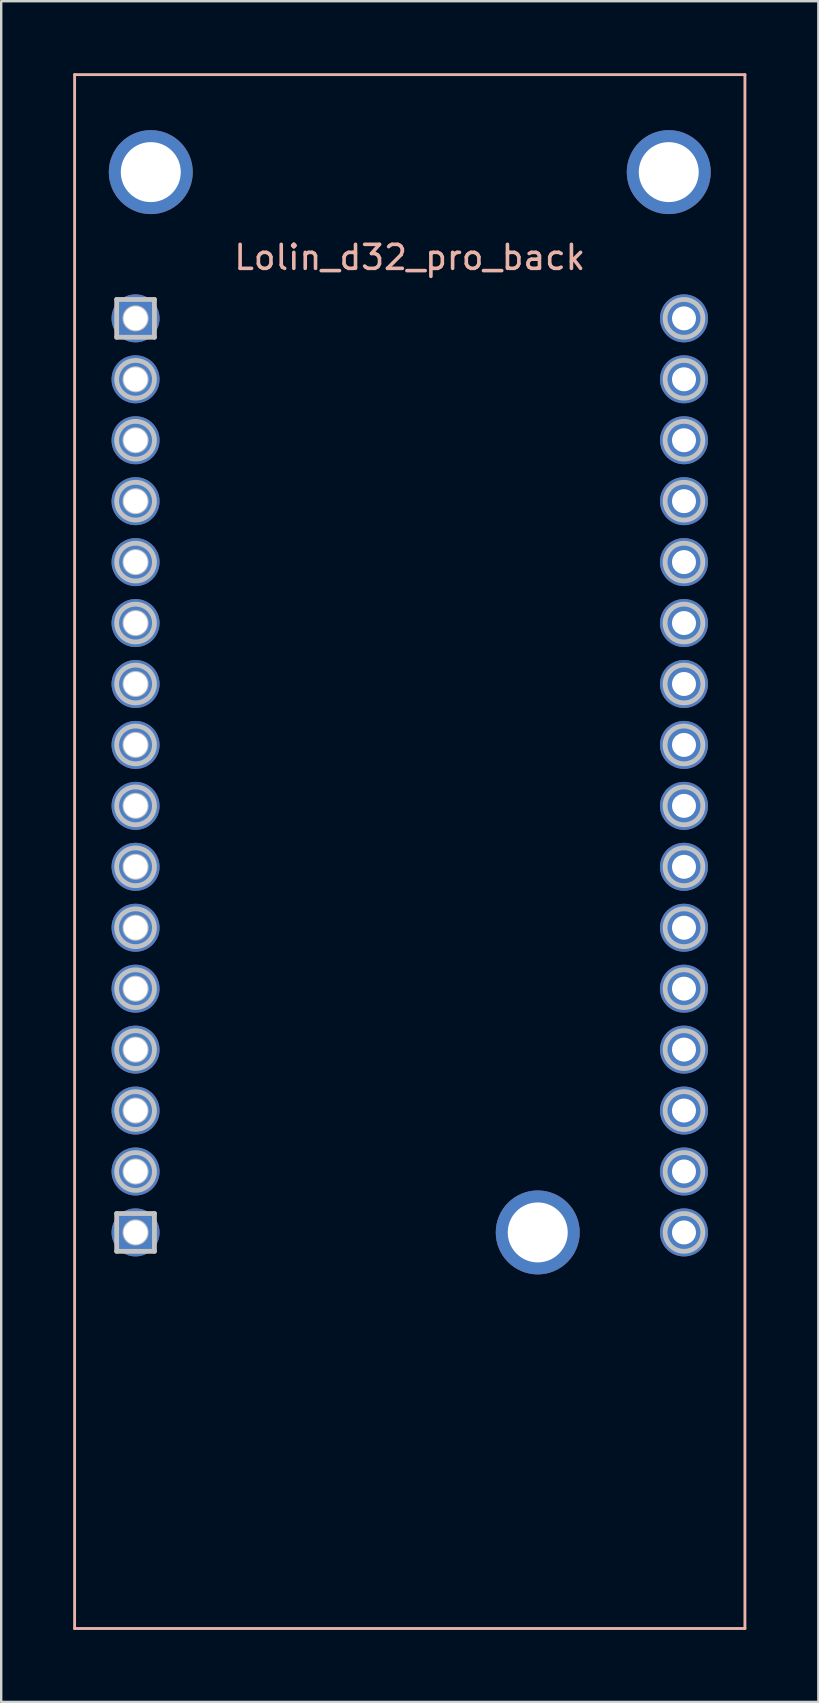
<source format=kicad_pcb>
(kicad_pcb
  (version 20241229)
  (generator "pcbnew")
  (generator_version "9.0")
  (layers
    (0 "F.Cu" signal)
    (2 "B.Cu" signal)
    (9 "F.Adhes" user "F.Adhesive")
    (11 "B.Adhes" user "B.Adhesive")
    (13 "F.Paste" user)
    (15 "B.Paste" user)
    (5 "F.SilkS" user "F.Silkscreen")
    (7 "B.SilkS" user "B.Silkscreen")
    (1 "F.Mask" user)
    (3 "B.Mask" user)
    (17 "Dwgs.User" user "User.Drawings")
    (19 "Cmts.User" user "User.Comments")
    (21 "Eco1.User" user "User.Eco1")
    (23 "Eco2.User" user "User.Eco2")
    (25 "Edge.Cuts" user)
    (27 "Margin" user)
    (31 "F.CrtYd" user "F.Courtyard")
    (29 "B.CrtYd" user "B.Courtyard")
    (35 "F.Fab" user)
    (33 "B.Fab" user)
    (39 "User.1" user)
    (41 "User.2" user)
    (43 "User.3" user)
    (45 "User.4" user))
  (footprint "Lolin_d32_pro_back"
    (layer "F.Cu")
    (at 14.03 25.46)
    (property "Reference" "Lolin_d32_pro_back" (at 0 -17.78 0) (layer "B.SilkS") (effects (font (size 1 1) (thickness 0.15))))
    (attr through_hole)
    (fp_line (start -13.97 39.37) (end -13.97 -25.4) (stroke (width 0.12) (type solid)) (layer "B.SilkS"))
    (fp_line (start -13.97 39.37) (end 13.97 39.37) (stroke (width 0.12) (type solid)) (layer "B.SilkS"))
    (fp_line (start 13.97 -25.4) (end -13.97 -25.4) (stroke (width 0.12) (type solid)) (layer "B.SilkS"))
    (fp_line (start 13.97 -25.4) (end 13.97 39.37) (stroke (width 0.12) (type solid)) (layer "B.SilkS"))
    (fp_line (start -12.217 -16.027) (end -12.217 -14.453) (stroke (width 0.2) (type solid)) (layer "Dwgs.User"))
    (fp_line (start -12.217 -14.453) (end -10.643 -14.453) (stroke (width 0.2) (type solid)) (layer "Dwgs.User"))
    (fp_line (start -12.217 22.073) (end -12.217 23.647) (stroke (width 0.2) (type solid)) (layer "Dwgs.User"))
    (fp_line (start -12.217 23.647) (end -10.643 23.647) (stroke (width 0.2) (type solid)) (layer "Dwgs.User"))
    (fp_line (start -10.643 -16.027) (end -12.217 -16.027) (stroke (width 0.2) (type solid)) (layer "Dwgs.User"))
    (fp_line (start -10.643 -14.453) (end -10.643 -16.027) (stroke (width 0.2) (type solid)) (layer "Dwgs.User"))
    (fp_line (start -10.643 22.073) (end -12.217 22.073) (stroke (width 0.2) (type solid)) (layer "Dwgs.User"))
    (fp_line (start -10.643 23.647) (end -10.643 22.073) (stroke (width 0.2) (type solid)) (layer "Dwgs.User"))
    (fp_circle (center -11.43 -15.24) (end -11.874 -15.24) (stroke (width 0.2) (type solid)) (fill no) (layer "Dwgs.User"))
    (fp_circle (center -11.43 -12.7) (end -12.217 -12.7) (stroke (width 0.2) (type solid)) (fill no) (layer "Dwgs.User"))
    (fp_circle (center -11.43 -12.7) (end -11.874 -12.7) (stroke (width 0.2) (type solid)) (fill no) (layer "Dwgs.User"))
    (fp_circle (center -11.43 -10.16) (end -12.217 -10.16) (stroke (width 0.2) (type solid)) (fill no) (layer "Dwgs.User"))
    (fp_circle (center -11.43 -10.16) (end -11.874 -10.16) (stroke (width 0.2) (type solid)) (fill no) (layer "Dwgs.User"))
    (fp_circle (center -11.43 -7.62) (end -12.217 -7.62) (stroke (width 0.2) (type solid)) (fill no) (layer "Dwgs.User"))
    (fp_circle (center -11.43 -7.62) (end -11.874 -7.62) (stroke (width 0.2) (type solid)) (fill no) (layer "Dwgs.User"))
    (fp_circle (center -11.43 -5.08) (end -12.217 -5.08) (stroke (width 0.2) (type solid)) (fill no) (layer "Dwgs.User"))
    (fp_circle (center -11.43 -5.08) (end -11.874 -5.08) (stroke (width 0.2) (type solid)) (fill no) (layer "Dwgs.User"))
    (fp_circle (center -11.43 -2.54) (end -12.217 -2.54) (stroke (width 0.2) (type solid)) (fill no) (layer "Dwgs.User"))
    (fp_circle (center -11.43 -2.54) (end -11.874 -2.54) (stroke (width 0.2) (type solid)) (fill no) (layer "Dwgs.User"))
    (fp_circle (center -11.43 0) (end -12.217 0) (stroke (width 0.2) (type solid)) (fill no) (layer "Dwgs.User"))
    (fp_circle (center -11.43 0) (end -11.874 0) (stroke (width 0.2) (type solid)) (fill no) (layer "Dwgs.User"))
    (fp_circle (center -11.43 2.54) (end -12.217 2.54) (stroke (width 0.2) (type solid)) (fill no) (layer "Dwgs.User"))
    (fp_circle (center -11.43 2.54) (end -11.874 2.54) (stroke (width 0.2) (type solid)) (fill no) (layer "Dwgs.User"))
    (fp_circle (center -11.43 5.08) (end -12.217 5.08) (stroke (width 0.2) (type solid)) (fill no) (layer "Dwgs.User"))
    (fp_circle (center -11.43 5.08) (end -11.874 5.08) (stroke (width 0.2) (type solid)) (fill no) (layer "Dwgs.User"))
    (fp_circle (center -11.43 7.62) (end -12.217 7.62) (stroke (width 0.2) (type solid)) (fill no) (layer "Dwgs.User"))
    (fp_circle (center -11.43 7.62) (end -11.874 7.62) (stroke (width 0.2) (type solid)) (fill no) (layer "Dwgs.User"))
    (fp_circle (center -11.43 10.16) (end -12.217 10.16) (stroke (width 0.2) (type solid)) (fill no) (layer "Dwgs.User"))
    (fp_circle (center -11.43 10.16) (end -11.874 10.16) (stroke (width 0.2) (type solid)) (fill no) (layer "Dwgs.User"))
    (fp_circle (center -11.43 12.7) (end -12.217 12.7) (stroke (width 0.2) (type solid)) (fill no) (layer "Dwgs.User"))
    (fp_circle (center -11.43 12.7) (end -11.874 12.7) (stroke (width 0.2) (type solid)) (fill no) (layer "Dwgs.User"))
    (fp_circle (center -11.43 15.24) (end -12.217 15.24) (stroke (width 0.2) (type solid)) (fill no) (layer "Dwgs.User"))
    (fp_circle (center -11.43 15.24) (end -11.874 15.24) (stroke (width 0.2) (type solid)) (fill no) (layer "Dwgs.User"))
    (fp_circle (center -11.43 17.78) (end -12.217 17.78) (stroke (width 0.2) (type solid)) (fill no) (layer "Dwgs.User"))
    (fp_circle (center -11.43 17.78) (end -11.874 17.78) (stroke (width 0.2) (type solid)) (fill no) (layer "Dwgs.User"))
    (fp_circle (center -11.43 20.32) (end -12.217 20.32) (stroke (width 0.2) (type solid)) (fill no) (layer "Dwgs.User"))
    (fp_circle (center -11.43 20.32) (end -11.874 20.32) (stroke (width 0.2) (type solid)) (fill no) (layer "Dwgs.User"))
    (fp_circle (center -11.43 22.86) (end -11.874 22.86) (stroke (width 0.2) (type solid)) (fill no) (layer "Dwgs.User"))
    (fp_circle (center -10.795 -21.336) (end -11.811 -21.336) (stroke (width 0.2) (type solid)) (fill no) (layer "Dwgs.User"))
    (fp_circle (center 5.334 22.86) (end 4.318 22.86) (stroke (width 0.2) (type solid)) (fill no) (layer "Dwgs.User"))
    (fp_circle (center 10.795 -21.336) (end 9.779 -21.336) (stroke (width 0.2) (type solid)) (fill no) (layer "Dwgs.User"))
    (fp_circle (center 11.43 -15.24) (end 10.643 -15.24) (stroke (width 0.2) (type solid)) (fill no) (layer "Dwgs.User"))
    (fp_circle (center 11.43 -12.7) (end 10.643 -12.7) (stroke (width 0.2) (type solid)) (fill no) (layer "Dwgs.User"))
    (fp_circle (center 11.43 -10.16) (end 10.643 -10.16) (stroke (width 0.2) (type solid)) (fill no) (layer "Dwgs.User"))
    (fp_circle (center 11.43 -7.62) (end 10.643 -7.62) (stroke (width 0.2) (type solid)) (fill no) (layer "Dwgs.User"))
    (fp_circle (center 11.43 -5.08) (end 10.643 -5.08) (stroke (width 0.2) (type solid)) (fill no) (layer "Dwgs.User"))
    (fp_circle (center 11.43 -2.54) (end 10.643 -2.54) (stroke (width 0.2) (type solid)) (fill no) (layer "Dwgs.User"))
    (fp_circle (center 11.43 0) (end 10.643 0) (stroke (width 0.2) (type solid)) (fill no) (layer "Dwgs.User"))
    (fp_circle (center 11.43 2.54) (end 10.643 2.54) (stroke (width 0.2) (type solid)) (fill no) (layer "Dwgs.User"))
    (fp_circle (center 11.43 5.08) (end 10.643 5.08) (stroke (width 0.2) (type solid)) (fill no) (layer "Dwgs.User"))
    (fp_circle (center 11.43 7.62) (end 10.643 7.62) (stroke (width 0.2) (type solid)) (fill no) (layer "Dwgs.User"))
    (fp_circle (center 11.43 10.16) (end 10.643 10.16) (stroke (width 0.2) (type solid)) (fill no) (layer "Dwgs.User"))
    (fp_circle (center 11.43 12.7) (end 10.643 12.7) (stroke (width 0.2) (type solid)) (fill no) (layer "Dwgs.User"))
    (fp_circle (center 11.43 15.24) (end 10.643 15.24) (stroke (width 0.2) (type solid)) (fill no) (layer "Dwgs.User"))
    (fp_circle (center 11.43 17.78) (end 10.643 17.78) (stroke (width 0.2) (type solid)) (fill no) (layer "Dwgs.User"))
    (fp_circle (center 11.43 20.32) (end 10.643 20.32) (stroke (width 0.2) (type solid)) (fill no) (layer "Dwgs.User"))
    (fp_circle (center 11.43 22.86) (end 10.643 22.86) (stroke (width 0.2) (type solid)) (fill no) (layer "Dwgs.User"))
    (pad "1" thru_hole circle (at 11.43 -15.24) (size 2 2) (drill 1) (layers "*.Cu" "*.Mask"))
    (pad "2" thru_hole circle (at 11.43 -12.7) (size 2 2) (drill 1) (layers "*.Cu" "*.Mask"))
    (pad "3" thru_hole circle (at 11.43 -10.16) (size 2 2) (drill 1) (layers "*.Cu" "*.Mask"))
    (pad "4" thru_hole circle (at 11.43 -7.62) (size 2 2) (drill 1) (layers "*.Cu" "*.Mask"))
    (pad "5" thru_hole circle (at 11.43 -5.08) (size 2 2) (drill 1) (layers "*.Cu" "*.Mask"))
    (pad "6" thru_hole circle (at 11.43 -2.54) (size 2 2) (drill 1) (layers "*.Cu" "*.Mask"))
    (pad "7" thru_hole circle (at 11.43 0) (size 2 2) (drill 1) (layers "*.Cu" "*.Mask"))
    (pad "8" thru_hole circle (at 11.43 2.54) (size 2 2) (drill 1) (layers "*.Cu" "*.Mask"))
    (pad "9" thru_hole circle (at 11.43 5.08) (size 2 2) (drill 1) (layers "*.Cu" "*.Mask"))
    (pad "10" thru_hole circle (at 11.43 7.62) (size 2 2) (drill 1) (layers "*.Cu" "*.Mask"))
    (pad "11" thru_hole circle (at 11.43 10.16) (size 2 2) (drill 1) (layers "*.Cu" "*.Mask"))
    (pad "12" thru_hole circle (at 11.43 12.7) (size 2 2) (drill 1) (layers "*.Cu" "*.Mask"))
    (pad "13" thru_hole circle (at 11.43 15.24) (size 2 2) (drill 1) (layers "*.Cu" "*.Mask"))
    (pad "14" thru_hole circle (at 11.43 17.78) (size 2 2) (drill 1) (layers "*.Cu" "*.Mask"))
    (pad "15" thru_hole circle (at 11.43 20.32) (size 2 2) (drill 1) (layers "*.Cu" "*.Mask"))
    (pad "16" thru_hole circle (at 11.43 22.86) (size 2 2) (drill 1) (layers "*.Cu" "*.Mask"))
    (pad "17" thru_hole circle (at -11.43 -15.24) (size 2 2) (drill 1) (layers "*.Cu" "*.Mask"))
    (pad "18" thru_hole circle (at -11.43 -12.7) (size 2 2) (drill 1) (layers "*.Cu" "*.Mask"))
    (pad "19" thru_hole circle (at -11.43 -10.16) (size 2 2) (drill 1) (layers "*.Cu" "*.Mask"))
    (pad "20" thru_hole circle (at -11.43 -7.62) (size 2 2) (drill 1) (layers "*.Cu" "*.Mask"))
    (pad "21" thru_hole circle (at -11.43 -5.08) (size 2 2) (drill 1) (layers "*.Cu" "*.Mask"))
    (pad "22" thru_hole circle (at -11.43 -2.54) (size 2 2) (drill 1) (layers "*.Cu" "*.Mask"))
    (pad "23" thru_hole circle (at -11.43 0) (size 2 2) (drill 1) (layers "*.Cu" "*.Mask"))
    (pad "24" thru_hole circle (at -11.43 2.54) (size 2 2) (drill 1) (layers "*.Cu" "*.Mask"))
    (pad "25" thru_hole circle (at -11.43 5.08) (size 2 2) (drill 1) (layers "*.Cu" "*.Mask"))
    (pad "26" thru_hole circle (at -11.43 7.62) (size 2 2) (drill 1) (layers "*.Cu" "*.Mask"))
    (pad "27" thru_hole circle (at -11.43 10.16) (size 2 2) (drill 1) (layers "*.Cu" "*.Mask"))
    (pad "28" thru_hole circle (at -11.43 12.7) (size 2 2) (drill 1) (layers "*.Cu" "*.Mask"))
    (pad "29" thru_hole circle (at -11.43 15.24) (size 2 2) (drill 1) (layers "*.Cu" "*.Mask"))
    (pad "30" thru_hole circle (at -11.43 17.78) (size 2 2) (drill 1) (layers "*.Cu" "*.Mask"))
    (pad "31" thru_hole circle (at -11.43 20.32) (size 2 2) (drill 1) (layers "*.Cu" "*.Mask"))
    (pad "32" thru_hole circle (at -11.43 22.86) (size 2 2) (drill 1) (layers "*.Cu" "*.Mask"))
    (pad "55" thru_hole circle (at -10.795 -21.336) (size 3.5 3.5) (drill 2.5) (layers "*.Cu" "*.Mask"))
    (pad "56" thru_hole circle (at 10.795 -21.336) (size 3.5 3.5) (drill 2.5) (layers "*.Cu" "*.Mask"))
    (pad "57" thru_hole circle (at 5.334 22.86) (size 3.5 3.5) (drill 2.5) (layers "*.Cu" "*.Mask")))
  (gr_rect
    (start -3 -3)
    (end 31.06 67.89)
    (stroke (width 0.1) (type default))
    (fill no)
    (layer "Edge.Cuts")))
</source>
